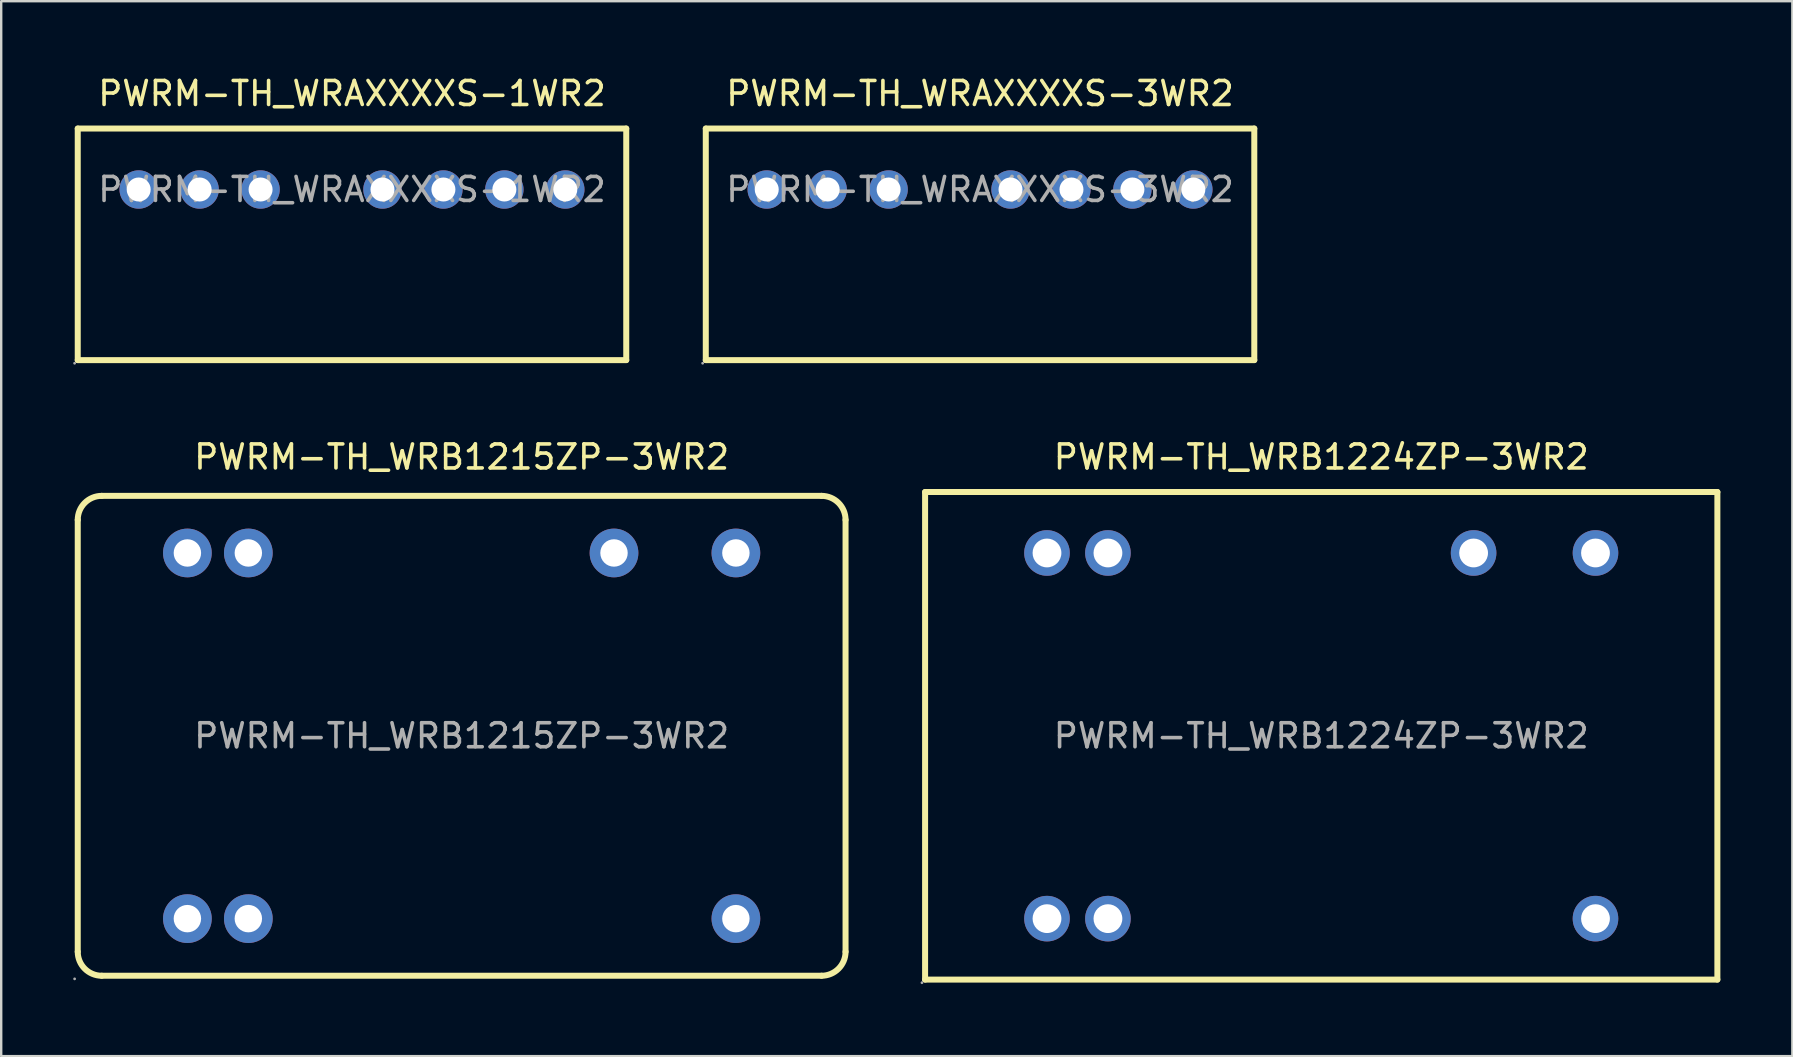
<source format=kicad_pcb>
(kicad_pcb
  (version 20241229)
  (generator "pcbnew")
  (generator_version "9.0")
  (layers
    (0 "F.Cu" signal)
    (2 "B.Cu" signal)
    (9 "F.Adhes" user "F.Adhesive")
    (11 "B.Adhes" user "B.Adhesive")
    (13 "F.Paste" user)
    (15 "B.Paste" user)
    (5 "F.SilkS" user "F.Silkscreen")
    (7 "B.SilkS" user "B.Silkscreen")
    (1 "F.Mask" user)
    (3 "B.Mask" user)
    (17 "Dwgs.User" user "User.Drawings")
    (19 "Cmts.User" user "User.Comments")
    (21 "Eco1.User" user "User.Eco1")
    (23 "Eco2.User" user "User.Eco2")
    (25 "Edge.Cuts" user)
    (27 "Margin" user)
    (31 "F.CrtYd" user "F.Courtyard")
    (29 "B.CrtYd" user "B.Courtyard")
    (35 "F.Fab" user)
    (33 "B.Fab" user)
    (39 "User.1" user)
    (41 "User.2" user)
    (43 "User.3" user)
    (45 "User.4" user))
  (footprint "PWRM-TH_WRAXXXXS-1WR2"
    (layer "F.Cu")
    (at 11.62 4.848)
    (property "Reference" "PWRM-TH_WRAXXXXS-1WR2" (at 0 -4 0) (layer "F.SilkS") (effects (font (size 1 1) (thickness 0.15))))
    (attr through_hole)
    (fp_line (start -11.43 -2.54) (end 11.43 -2.54) (stroke (width 0.25) (type solid)) (layer "F.SilkS"))
    (fp_line (start -11.43 7.11) (end -11.43 -2.54) (stroke (width 0.25) (type solid)) (layer "F.SilkS"))
    (fp_line (start 11.43 -2.54) (end 11.43 7.11) (stroke (width 0.25) (type solid)) (layer "F.SilkS"))
    (fp_line (start 11.43 7.11) (end -11.43 7.11) (stroke (width 0.25) (type solid)) (layer "F.SilkS"))
    (fp_circle (center -11.56 7.24) (end -11.53 7.24) (stroke (width 0.06) (type solid)) (fill no) (layer "F.Fab"))
    (fp_circle (center -8.89 0) (end -8.69 0) (stroke (width 0.4) (type solid)) (fill no) (layer "F.Fab"))
    (fp_circle (center -6.35 0) (end -6.15 0) (stroke (width 0.4) (type solid)) (fill no) (layer "F.Fab"))
    (fp_circle (center -3.81 0) (end -3.61 0) (stroke (width 0.4) (type solid)) (fill no) (layer "F.Fab"))
    (fp_circle (center 1.27 0) (end 1.47 0) (stroke (width 0.4) (type solid)) (fill no) (layer "F.Fab"))
    (fp_circle (center 3.81 0) (end 4.01 0) (stroke (width 0.4) (type solid)) (fill no) (layer "F.Fab"))
    (fp_circle (center 6.35 0) (end 6.55 0) (stroke (width 0.4) (type solid)) (fill no) (layer "F.Fab"))
    (fp_circle (center 8.89 0) (end 9.09 0) (stroke (width 0.4) (type solid)) (fill no) (layer "F.Fab"))
    (fp_text user "${REFERENCE}" (at 0 0 0) (layer "F.Fab") (effects (font (size 1 1) (thickness 0.15))))
    (pad "1" thru_hole circle (at -8.89 0) (size 1.6 1.6) (drill 1) (layers "*.Cu" "*.Paste" "*.Mask"))
    (pad "2" thru_hole circle (at -6.35 0) (size 1.6 1.6) (drill 1) (layers "*.Cu" "*.Paste" "*.Mask"))
    (pad "3" thru_hole circle (at -3.81 0) (size 1.6 1.6) (drill 1) (layers "*.Cu" "*.Paste" "*.Mask"))
    (pad "5" thru_hole circle (at 1.27 0) (size 1.6 1.6) (drill 1) (layers "*.Cu" "*.Paste" "*.Mask"))
    (pad "6" thru_hole circle (at 3.81 0) (size 1.6 1.6) (drill 1) (layers "*.Cu" "*.Paste" "*.Mask"))
    (pad "7" thru_hole circle (at 6.35 0) (size 1.6 1.6) (drill 1) (layers "*.Cu" "*.Paste" "*.Mask"))
    (pad "8" thru_hole circle (at 8.89 0) (size 1.6 1.6) (drill 1) (layers "*.Cu" "*.Paste" "*.Mask")))
  (footprint "PWRM-TH_WRB1215ZP-3WR2"
    (layer "F.Cu")
    (at 16.19 27.616)
    (property "Reference" "PWRM-TH_WRB1215ZP-3WR2" (at 0 -11.62 0) (layer "F.SilkS") (effects (font (size 1 1) (thickness 0.15))))
    (attr through_hole)
    (fp_line (start -16 9) (end -16 -9) (stroke (width 0.25) (type solid)) (layer "F.SilkS"))
    (fp_line (start -15 -10) (end 15 -10) (stroke (width 0.25) (type solid)) (layer "F.SilkS"))
    (fp_line (start 15 10) (end -15 10) (stroke (width 0.25) (type solid)) (layer "F.SilkS"))
    (fp_line (start 16 -9) (end 16 9) (stroke (width 0.25) (type solid)) (layer "F.SilkS"))
    (fp_arc (start -16 -9) (mid -15.707107 -9.707107) (end -15 -10) (stroke (width 0.25) (type solid)) (layer "F.SilkS"))
    (fp_arc (start -15 10) (mid -15.707107 9.707107) (end -16 9) (stroke (width 0.25) (type solid)) (layer "F.SilkS"))
    (fp_arc (start 15 -10) (mid 15.707107 -9.707107) (end 16 -9) (stroke (width 0.25) (type solid)) (layer "F.SilkS"))
    (fp_arc (start 16 9) (mid 15.707107 9.707107) (end 15 10) (stroke (width 0.25) (type solid)) (layer "F.SilkS"))
    (fp_circle (center -16.13 10.13) (end -16.1 10.13) (stroke (width 0.06) (type solid)) (fill no) (layer "F.Fab"))
    (fp_circle (center -11.43 -7.62) (end -11.19 -7.62) (stroke (width 0.47) (type solid)) (fill no) (layer "F.Fab"))
    (fp_circle (center -11.43 7.62) (end -11.19 7.62) (stroke (width 0.47) (type solid)) (fill no) (layer "F.Fab"))
    (fp_circle (center -8.89 -7.62) (end -8.65 -7.62) (stroke (width 0.47) (type solid)) (fill no) (layer "F.Fab"))
    (fp_circle (center -8.89 7.62) (end -8.65 7.62) (stroke (width 0.47) (type solid)) (fill no) (layer "F.Fab"))
    (fp_circle (center 6.35 -7.62) (end 6.59 -7.62) (stroke (width 0.47) (type solid)) (fill no) (layer "F.Fab"))
    (fp_circle (center 11.43 -7.62) (end 11.67 -7.62) (stroke (width 0.47) (type solid)) (fill no) (layer "F.Fab"))
    (fp_circle (center 11.43 7.62) (end 11.67 7.62) (stroke (width 0.47) (type solid)) (fill no) (layer "F.Fab"))
    (fp_text user "${REFERENCE}" (at 0 0 0) (layer "F.Fab") (effects (font (size 1 1) (thickness 0.15))))
    (pad "2" thru_hole circle (at -11.43 7.62) (size 2.03 2.03) (drill 1.143) (layers "*.Cu" "*.Paste" "*.Mask"))
    (pad "3" thru_hole circle (at -8.89 7.62) (size 2.03 2.03) (drill 1.143) (layers "*.Cu" "*.Paste" "*.Mask"))
    (pad "11" thru_hole circle (at 11.43 7.62) (size 2.03 2.03) (drill 1.143) (layers "*.Cu" "*.Paste" "*.Mask"))
    (pad "14" thru_hole circle (at 11.43 -7.62) (size 2.03 2.03) (drill 1.143) (layers "*.Cu" "*.Paste" "*.Mask"))
    (pad "16" thru_hole circle (at 6.35 -7.62) (size 2.03 2.03) (drill 1.143) (layers "*.Cu" "*.Paste" "*.Mask"))
    (pad "22" thru_hole circle (at -8.89 -7.62) (size 2.03 2.03) (drill 1.143) (layers "*.Cu" "*.Paste" "*.Mask"))
    (pad "23" thru_hole circle (at -11.43 -7.62) (size 2.03 2.03) (drill 1.143) (layers "*.Cu" "*.Paste" "*.Mask")))
  (footprint "PWRM-TH_WRAXXXXS-3WR2"
    (layer "F.Cu")
    (at 37.795 4.848)
    (property "Reference" "PWRM-TH_WRAXXXXS-3WR2" (at 0 -4 0) (layer "F.SilkS") (effects (font (size 1 1) (thickness 0.15))))
    (attr through_hole)
    (fp_line (start -11.43 -2.54) (end 11.43 -2.54) (stroke (width 0.25) (type solid)) (layer "F.SilkS"))
    (fp_line (start -11.43 7.11) (end -11.43 -2.54) (stroke (width 0.25) (type solid)) (layer "F.SilkS"))
    (fp_line (start 11.43 -2.54) (end 11.43 7.11) (stroke (width 0.25) (type solid)) (layer "F.SilkS"))
    (fp_line (start 11.43 7.11) (end -11.43 7.11) (stroke (width 0.25) (type solid)) (layer "F.SilkS"))
    (fp_circle (center -11.56 7.24) (end -11.53 7.24) (stroke (width 0.06) (type solid)) (fill no) (layer "F.Fab"))
    (fp_circle (center -8.89 0) (end -8.69 0) (stroke (width 0.4) (type solid)) (fill no) (layer "F.Fab"))
    (fp_circle (center -6.35 0) (end -6.15 0) (stroke (width 0.4) (type solid)) (fill no) (layer "F.Fab"))
    (fp_circle (center -3.81 0) (end -3.61 0) (stroke (width 0.4) (type solid)) (fill no) (layer "F.Fab"))
    (fp_circle (center 1.27 0) (end 1.47 0) (stroke (width 0.4) (type solid)) (fill no) (layer "F.Fab"))
    (fp_circle (center 3.81 0) (end 4.01 0) (stroke (width 0.4) (type solid)) (fill no) (layer "F.Fab"))
    (fp_circle (center 6.35 0) (end 6.55 0) (stroke (width 0.4) (type solid)) (fill no) (layer "F.Fab"))
    (fp_circle (center 8.89 0) (end 9.09 0) (stroke (width 0.4) (type solid)) (fill no) (layer "F.Fab"))
    (fp_text user "${REFERENCE}" (at 0 0 0) (layer "F.Fab") (effects (font (size 1 1) (thickness 0.15))))
    (pad "1" thru_hole circle (at -8.89 0) (size 1.6 1.6) (drill 1) (layers "*.Cu" "*.Paste" "*.Mask"))
    (pad "2" thru_hole circle (at -6.35 0) (size 1.6 1.6) (drill 1) (layers "*.Cu" "*.Paste" "*.Mask"))
    (pad "3" thru_hole circle (at -3.81 0) (size 1.6 1.6) (drill 1) (layers "*.Cu" "*.Paste" "*.Mask"))
    (pad "5" thru_hole circle (at 1.27 0) (size 1.6 1.6) (drill 1) (layers "*.Cu" "*.Paste" "*.Mask"))
    (pad "6" thru_hole circle (at 3.81 0) (size 1.6 1.6) (drill 1) (layers "*.Cu" "*.Paste" "*.Mask"))
    (pad "7" thru_hole circle (at 6.35 0) (size 1.6 1.6) (drill 1) (layers "*.Cu" "*.Paste" "*.Mask"))
    (pad "8" thru_hole circle (at 8.89 0) (size 1.6 1.6) (drill 1) (layers "*.Cu" "*.Paste" "*.Mask")))
  (footprint "PWRM-TH_WRB1224ZP-3WR2"
    (layer "F.Cu")
    (at 52.015 27.616)
    (property "Reference" "PWRM-TH_WRB1224ZP-3WR2" (at 0 -11.62 0) (layer "F.SilkS") (effects (font (size 1 1) (thickness 0.15))))
    (attr through_hole)
    (fp_line (start -16.51 -10.16) (end 16.51 -10.16) (stroke (width 0.25) (type solid)) (layer "F.SilkS"))
    (fp_line (start -16.51 10.16) (end -16.51 -10.16) (stroke (width 0.25) (type solid)) (layer "F.SilkS"))
    (fp_line (start 16.51 -10.16) (end 16.51 10.16) (stroke (width 0.25) (type solid)) (layer "F.SilkS"))
    (fp_line (start 16.51 10.16) (end -16.51 10.16) (stroke (width 0.25) (type solid)) (layer "F.SilkS"))
    (fp_circle (center -16.64 10.29) (end -16.61 10.29) (stroke (width 0.06) (type solid)) (fill no) (layer "F.Fab"))
    (fp_circle (center -11.43 -7.62) (end -11.18 -7.62) (stroke (width 0.5) (type solid)) (fill no) (layer "F.Fab"))
    (fp_circle (center -11.43 7.62) (end -11.18 7.62) (stroke (width 0.5) (type solid)) (fill no) (layer "F.Fab"))
    (fp_circle (center -8.89 -7.62) (end -8.64 -7.62) (stroke (width 0.5) (type solid)) (fill no) (layer "F.Fab"))
    (fp_circle (center -8.89 7.62) (end -8.64 7.62) (stroke (width 0.5) (type solid)) (fill no) (layer "F.Fab"))
    (fp_circle (center 6.35 -7.62) (end 6.6 -7.62) (stroke (width 0.5) (type solid)) (fill no) (layer "F.Fab"))
    (fp_circle (center 11.43 -7.62) (end 11.68 -7.62) (stroke (width 0.5) (type solid)) (fill no) (layer "F.Fab"))
    (fp_circle (center 11.43 7.62) (end 11.68 7.62) (stroke (width 0.5) (type solid)) (fill no) (layer "F.Fab"))
    (fp_text user "${REFERENCE}" (at 0 0 0) (layer "F.Fab") (effects (font (size 1 1) (thickness 0.15))))
    (pad "2" thru_hole circle (at -11.43 7.62) (size 1.9 1.9) (drill 1.2) (layers "*.Cu" "*.Paste" "*.Mask"))
    (pad "3" thru_hole circle (at -8.89 7.62) (size 1.9 1.9) (drill 1.2) (layers "*.Cu" "*.Paste" "*.Mask"))
    (pad "11" thru_hole circle (at 11.43 7.62) (size 1.9 1.9) (drill 1.2) (layers "*.Cu" "*.Paste" "*.Mask"))
    (pad "14" thru_hole circle (at 11.43 -7.62) (size 1.9 1.9) (drill 1.2) (layers "*.Cu" "*.Paste" "*.Mask"))
    (pad "16" thru_hole circle (at 6.35 -7.62) (size 1.9 1.9) (drill 1.2) (layers "*.Cu" "*.Paste" "*.Mask"))
    (pad "22" thru_hole circle (at -8.89 -7.62) (size 1.9 1.9) (drill 1.2) (layers "*.Cu" "*.Paste" "*.Mask"))
    (pad "23" thru_hole circle (at -11.43 -7.62) (size 1.9 1.9) (drill 1.2) (layers "*.Cu" "*.Paste" "*.Mask")))
  (gr_rect
    (start -3 -3)
    (end 71.65 40.967)
    (stroke (width 0.1) (type default))
    (fill no)
    (layer "Edge.Cuts")))
</source>
